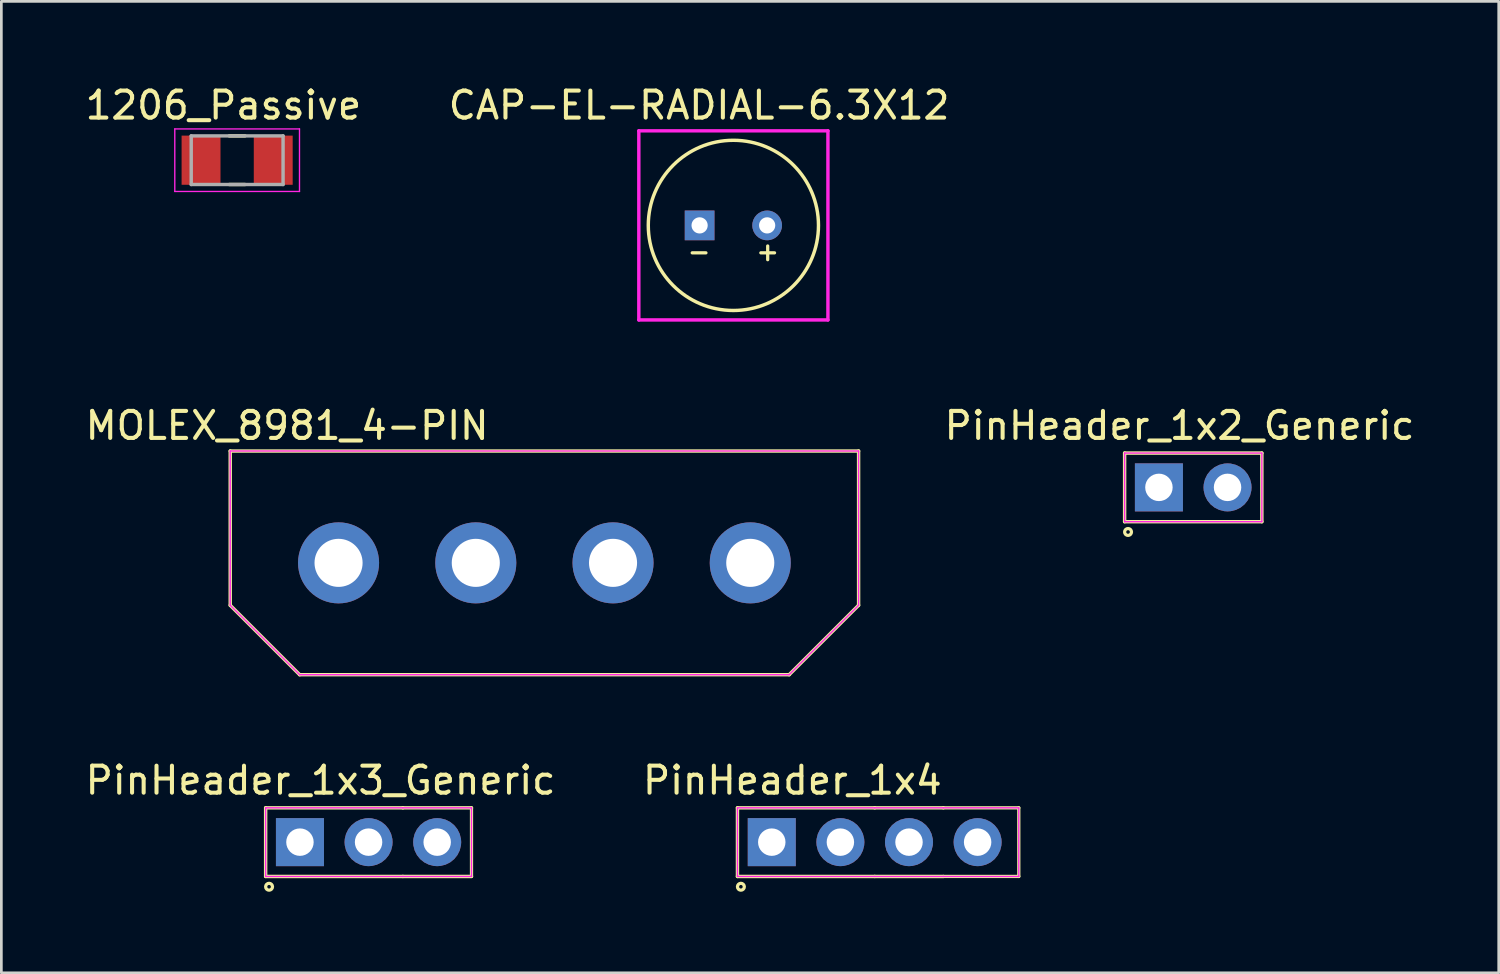
<source format=kicad_pcb>
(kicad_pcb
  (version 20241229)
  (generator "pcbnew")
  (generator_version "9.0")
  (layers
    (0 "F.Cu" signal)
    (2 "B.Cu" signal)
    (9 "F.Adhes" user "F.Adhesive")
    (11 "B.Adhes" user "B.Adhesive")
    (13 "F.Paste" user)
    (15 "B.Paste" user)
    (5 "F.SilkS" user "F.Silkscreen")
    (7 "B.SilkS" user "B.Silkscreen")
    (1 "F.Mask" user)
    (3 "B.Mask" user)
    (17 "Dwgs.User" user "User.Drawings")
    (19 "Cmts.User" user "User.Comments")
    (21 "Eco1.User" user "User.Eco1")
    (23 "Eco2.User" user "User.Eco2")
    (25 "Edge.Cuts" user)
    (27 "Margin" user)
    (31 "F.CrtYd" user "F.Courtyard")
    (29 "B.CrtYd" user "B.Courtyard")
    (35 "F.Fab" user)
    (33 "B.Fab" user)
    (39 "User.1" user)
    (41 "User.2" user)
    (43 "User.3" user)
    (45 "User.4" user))
  (footprint "PinHeader_1x2_Generic"
    (layer "F.Cu")
    (at 41.119 14.991)
    (property "Reference" "PinHeader_1x2_Generic" (at -0.508 -2.286 0) (layer "F.SilkS") (effects (font (size 1 1) (thickness 0.15))))
    (attr through_hole)
    (fp_line (start -2.54 -1.27) (end -2.54 1.27) (stroke (width 0.127) (type solid)) (layer "F.SilkS"))
    (fp_line (start -2.54 -1.27) (end 2.54 -1.27) (stroke (width 0.127) (type solid)) (layer "F.SilkS"))
    (fp_line (start -2.54 1.27) (end 2.54 1.27) (stroke (width 0.127) (type solid)) (layer "F.SilkS"))
    (fp_line (start 2.54 -1.27) (end 2.54 1.27) (stroke (width 0.127) (type solid)) (layer "F.SilkS"))
    (fp_circle (center -2.413 1.651) (end -2.413 1.778) (stroke (width 0.12) (type solid)) (fill no) (layer "F.SilkS"))
    (fp_line (start -2.54 -1.27) (end 2.54 -1.27) (stroke (width 0.05) (type solid)) (layer "F.CrtYd"))
    (fp_line (start -2.54 1.27) (end -2.54 -1.27) (stroke (width 0.05) (type solid)) (layer "F.CrtYd"))
    (fp_line (start 2.54 -1.27) (end 2.54 1.27) (stroke (width 0.05) (type solid)) (layer "F.CrtYd"))
    (fp_line (start 2.54 1.27) (end -2.54 1.27) (stroke (width 0.05) (type solid)) (layer "F.CrtYd"))
    (pad "1" thru_hole rect (at -1.27 0) (size 1.778 1.778) (drill 1.016) (layers "*.Cu" "*.Mask"))
    (pad "2" thru_hole roundrect (at 1.27 0) (size 1.778 1.778) (drill 1.016) (layers "*.Cu" "*.Mask") (roundrect_rratio 0.5)))
  (footprint "CAP-EL-RADIAL-6.3X12"
    (layer "F.Cu")
    (at 24.097 5.293)
    (property "Reference" "CAP-EL-RADIAL-6.3X12" (at -1.27 -4.445 0) (layer "F.SilkS") (effects (font (size 1 1) (thickness 0.15))))
    (attr smd)
    (fp_line (start -1.524 1.016) (end -1.016 1.016) (stroke (width 0.12) (type solid)) (layer "F.SilkS"))
    (fp_line (start 1.016 1.016) (end 1.524 1.016) (stroke (width 0.12) (type solid)) (layer "F.SilkS"))
    (fp_line (start 1.27 0.762) (end 1.27 1.27) (stroke (width 0.12) (type solid)) (layer "F.SilkS"))
    (fp_circle (center 0 0) (end 3.15 0) (stroke (width 0.127) (type solid)) (fill no) (layer "F.SilkS"))
    (fp_line (start -3.5 -3.5) (end -3.5 3.5) (stroke (width 0.127) (type solid)) (layer "F.CrtYd"))
    (fp_line (start -3.5 3.5) (end 3.5 3.5) (stroke (width 0.127) (type solid)) (layer "F.CrtYd"))
    (fp_line (start 3.5 -3.5) (end -3.5 -3.5) (stroke (width 0.127) (type solid)) (layer "F.CrtYd"))
    (fp_line (start 3.5 3.5) (end 3.5 -3.5) (stroke (width 0.127) (type solid)) (layer "F.CrtYd"))
    (pad "+" thru_hole circle (at 1.25 0) (size 1.1 1.1) (drill 0.6) (layers "*.Cu" "*.Mask"))
    (pad "-" thru_hole rect (at -1.25 0) (size 1.1 1.1) (drill 0.6) (layers "*.Cu" "*.Mask")))
  (footprint "1206_Passive"
    (layer "F.Cu")
    (at 5.728 2.88)
    (property "Reference" "1206_Passive" (at -0.508 -2.032 0) (layer "F.SilkS") (effects (font (size 1 1) (thickness 0.15))))
    (attr smd)
    (fp_line (start -0.29 -0.9) (end 0.29 -0.9) (stroke (width 0.127) (type solid)) (layer "F.SilkS"))
    (fp_line (start -0.29 0.9) (end 0.29 0.9) (stroke (width 0.127) (type solid)) (layer "F.SilkS"))
    (fp_line (start -2.308 -1.158) (end 2.308 -1.158) (stroke (width 0.05) (type solid)) (layer "F.CrtYd"))
    (fp_line (start -2.308 1.158) (end -2.308 -1.158) (stroke (width 0.05) (type solid)) (layer "F.CrtYd"))
    (fp_line (start -2.308 1.158) (end 2.308 1.158) (stroke (width 0.05) (type solid)) (layer "F.CrtYd"))
    (fp_line (start 2.308 1.158) (end 2.308 -1.158) (stroke (width 0.05) (type solid)) (layer "F.CrtYd"))
    (fp_line (start -1.7 0.9) (end -1.7 -0.9) (stroke (width 0.127) (type solid)) (layer "F.Fab"))
    (fp_line (start 1.7 -0.9) (end -1.7 -0.9) (stroke (width 0.127) (type solid)) (layer "F.Fab"))
    (fp_line (start 1.7 0.9) (end -1.7 0.9) (stroke (width 0.127) (type solid)) (layer "F.Fab"))
    (fp_line (start 1.7 0.9) (end 1.7 -0.9) (stroke (width 0.127) (type solid)) (layer "F.Fab"))
    (pad "1" smd rect (at -1.336 0) (size 1.44 1.82) (layers "F.Cu" "F.Mask" "F.Paste"))
    (pad "2" smd rect (at 1.336 0) (size 1.44 1.82) (layers "F.Cu" "F.Mask" "F.Paste")))
  (footprint "PinHeader_1x3_Generic"
    (layer "F.Cu")
    (at 9.323 28.123)
    (property "Reference" "PinHeader_1x3_Generic" (at -0.508 -2.286 0) (layer "F.SilkS") (effects (font (size 1 1) (thickness 0.15))))
    (attr through_hole)
    (fp_line (start -2.54 -1.27) (end -2.54 1.27) (stroke (width 0.127) (type solid)) (layer "F.SilkS"))
    (fp_line (start -2.54 -1.27) (end 2.54 -1.27) (stroke (width 0.127) (type solid)) (layer "F.SilkS"))
    (fp_line (start -2.54 1.27) (end 2.54 1.27) (stroke (width 0.127) (type solid)) (layer "F.SilkS"))
    (fp_line (start 2.54 -1.27) (end 5.08 -1.27) (stroke (width 0.127) (type solid)) (layer "F.SilkS"))
    (fp_line (start 2.54 1.27) (end 5.08 1.27) (stroke (width 0.127) (type solid)) (layer "F.SilkS"))
    (fp_line (start 5.08 -1.27) (end 5.08 1.27) (stroke (width 0.12) (type solid)) (layer "F.SilkS"))
    (fp_circle (center -2.413 1.651) (end -2.286 1.651) (stroke (width 0.12) (type solid)) (fill no) (layer "F.SilkS"))
    (fp_line (start -2.54 -1.27) (end 2.54 -1.27) (stroke (width 0.05) (type solid)) (layer "F.CrtYd"))
    (fp_line (start -2.54 1.27) (end -2.54 -1.27) (stroke (width 0.05) (type solid)) (layer "F.CrtYd"))
    (fp_line (start 2.54 -1.27) (end 5.08 -1.27) (stroke (width 0.05) (type solid)) (layer "F.CrtYd"))
    (fp_line (start 2.54 1.27) (end -2.54 1.27) (stroke (width 0.05) (type solid)) (layer "F.CrtYd"))
    (fp_line (start 2.54 1.27) (end 5.08 1.27) (stroke (width 0.05) (type solid)) (layer "F.CrtYd"))
    (fp_line (start 5.08 -1.27) (end 5.08 1.27) (stroke (width 0.05) (type solid)) (layer "F.CrtYd"))
    (pad "1" thru_hole rect (at -1.27 0) (size 1.778 1.778) (drill 1.016) (layers "*.Cu" "*.Mask"))
    (pad "2" thru_hole roundrect (at 1.27 0) (size 1.778 1.778) (drill 1.016) (layers "*.Cu" "*.Mask") (roundrect_rratio 0.5))
    (pad "3" thru_hole roundrect (at 3.81 0) (size 1.778 1.778) (drill 1.016) (layers "*.Cu" "*.Mask") (roundrect_rratio 0.5)))
  (footprint "PinHeader_1x4"
    (layer "F.Cu")
    (at 26.788 28.123)
    (property "Reference" "PinHeader_1x4" (at -0.508 -2.286 0) (layer "F.SilkS") (effects (font (size 1 1) (thickness 0.15))))
    (attr through_hole)
    (fp_line (start -2.54 -1.27) (end -2.54 1.27) (stroke (width 0.127) (type solid)) (layer "F.SilkS"))
    (fp_line (start -2.54 -1.27) (end 2.54 -1.27) (stroke (width 0.127) (type solid)) (layer "F.SilkS"))
    (fp_line (start -2.54 1.27) (end 2.54 1.27) (stroke (width 0.127) (type solid)) (layer "F.SilkS"))
    (fp_line (start 2.54 -1.27) (end 5.08 -1.27) (stroke (width 0.127) (type solid)) (layer "F.SilkS"))
    (fp_line (start 2.54 1.27) (end 5.08 1.27) (stroke (width 0.127) (type solid)) (layer "F.SilkS"))
    (fp_line (start 5.08 1.27) (end 7.874 1.27) (stroke (width 0.12) (type solid)) (layer "F.SilkS"))
    (fp_line (start 7.874 -1.27) (end 5.08 -1.27) (stroke (width 0.12) (type solid)) (layer "F.SilkS"))
    (fp_line (start 7.874 1.27) (end 7.874 -1.27) (stroke (width 0.12) (type solid)) (layer "F.SilkS"))
    (fp_circle (center -2.413 1.651) (end -2.286 1.651) (stroke (width 0.12) (type solid)) (fill no) (layer "F.SilkS"))
    (fp_line (start -2.54 -1.27) (end 2.54 -1.27) (stroke (width 0.05) (type solid)) (layer "F.CrtYd"))
    (fp_line (start -2.54 1.27) (end -2.54 -1.27) (stroke (width 0.05) (type solid)) (layer "F.CrtYd"))
    (fp_line (start 2.54 -1.27) (end 5.08 -1.27) (stroke (width 0.05) (type solid)) (layer "F.CrtYd"))
    (fp_line (start 2.54 1.27) (end -2.54 1.27) (stroke (width 0.05) (type solid)) (layer "F.CrtYd"))
    (fp_line (start 2.54 1.27) (end 5.08 1.27) (stroke (width 0.05) (type solid)) (layer "F.CrtYd"))
    (fp_line (start 5.08 -1.27) (end 7.874 -1.27) (stroke (width 0.05) (type solid)) (layer "F.CrtYd"))
    (fp_line (start 7.874 -1.27) (end 7.874 1.27) (stroke (width 0.05) (type solid)) (layer "F.CrtYd"))
    (fp_line (start 7.874 1.27) (end 5.08 1.27) (stroke (width 0.05) (type solid)) (layer "F.CrtYd"))
    (pad "1" thru_hole rect (at -1.27 0) (size 1.778 1.778) (drill 1.016) (layers "*.Cu" "*.Mask"))
    (pad "2" thru_hole roundrect (at 1.27 0) (size 1.778 1.778) (drill 1.016) (layers "*.Cu" "*.Mask") (roundrect_rratio 0.5))
    (pad "3" thru_hole roundrect (at 3.81 0) (size 1.778 1.778) (drill 1.016) (layers "*.Cu" "*.Mask") (roundrect_rratio 0.5))
    (pad "4" thru_hole roundrect (at 6.35 0) (size 1.778 1.778) (drill 1.016) (layers "*.Cu" "*.Mask") (roundrect_rratio 0.5)))
  (footprint "MOLEX_8981_4-PIN"
    (layer "F.Cu")
    (at 17.102 17.785)
    (property "Reference" "MOLEX_8981_4-PIN" (at -9.525 -5.08 0) (layer "F.SilkS") (effects (font (size 1 1) (thickness 0.15))))
    (attr through_hole)
    (fp_line (start -11.63 -4.14) (end 11.63 -4.14) (stroke (width 0.127) (type solid)) (layer "F.SilkS"))
    (fp_line (start -11.63 1.57) (end -11.63 -4.14) (stroke (width 0.127) (type solid)) (layer "F.SilkS"))
    (fp_line (start -9.06 4.14) (end -11.63 1.57) (stroke (width 0.127) (type solid)) (layer "F.SilkS"))
    (fp_line (start 9.06 4.14) (end -9.06 4.14) (stroke (width 0.127) (type solid)) (layer "F.SilkS"))
    (fp_line (start 11.63 -4.14) (end 11.63 1.57) (stroke (width 0.127) (type solid)) (layer "F.SilkS"))
    (fp_line (start 11.63 1.57) (end 9.06 4.14) (stroke (width 0.127) (type solid)) (layer "F.SilkS"))
    (fp_line (start -11.63 -4.14) (end 11.63 -4.14) (stroke (width 0.05) (type solid)) (layer "F.CrtYd"))
    (fp_line (start -11.63 1.57) (end -11.63 -4.14) (stroke (width 0.05) (type solid)) (layer "F.CrtYd"))
    (fp_line (start -9.06 4.14) (end -11.63 1.57) (stroke (width 0.05) (type solid)) (layer "F.CrtYd"))
    (fp_line (start 9.06 4.14) (end -9.06 4.14) (stroke (width 0.05) (type solid)) (layer "F.CrtYd"))
    (fp_line (start 11.63 -4.14) (end 11.63 1.57) (stroke (width 0.05) (type solid)) (layer "F.CrtYd"))
    (fp_line (start 11.63 1.57) (end 9.06 4.14) (stroke (width 0.05) (type solid)) (layer "F.CrtYd"))
    (pad "1" thru_hole circle (at -7.62 0) (size 3 3) (drill 1.78) (layers "*.Cu" "*.Mask"))
    (pad "2" thru_hole circle (at -2.54 0) (size 3 3) (drill 1.78) (layers "*.Cu" "*.Mask"))
    (pad "3" thru_hole circle (at 2.54 0) (size 3 3) (drill 1.78) (layers "*.Cu" "*.Mask"))
    (pad "4" thru_hole circle (at 7.62 0) (size 3 3) (drill 1.78) (layers "*.Cu" "*.Mask")))
  (gr_rect
    (start -3 -3)
    (end 52.427 32.961)
    (stroke (width 0.1) (type default))
    (fill no)
    (layer "Edge.Cuts")))
</source>
